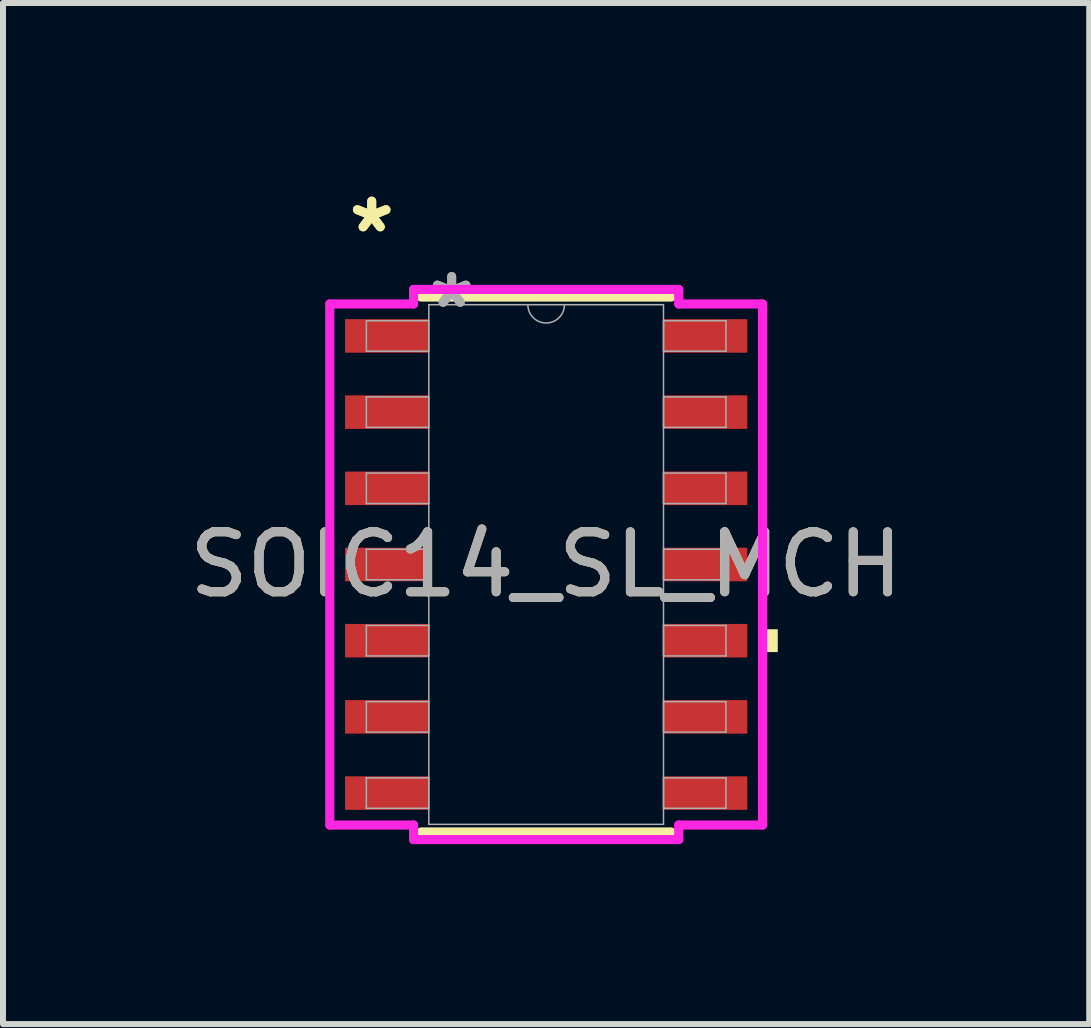
<source format=kicad_pcb>
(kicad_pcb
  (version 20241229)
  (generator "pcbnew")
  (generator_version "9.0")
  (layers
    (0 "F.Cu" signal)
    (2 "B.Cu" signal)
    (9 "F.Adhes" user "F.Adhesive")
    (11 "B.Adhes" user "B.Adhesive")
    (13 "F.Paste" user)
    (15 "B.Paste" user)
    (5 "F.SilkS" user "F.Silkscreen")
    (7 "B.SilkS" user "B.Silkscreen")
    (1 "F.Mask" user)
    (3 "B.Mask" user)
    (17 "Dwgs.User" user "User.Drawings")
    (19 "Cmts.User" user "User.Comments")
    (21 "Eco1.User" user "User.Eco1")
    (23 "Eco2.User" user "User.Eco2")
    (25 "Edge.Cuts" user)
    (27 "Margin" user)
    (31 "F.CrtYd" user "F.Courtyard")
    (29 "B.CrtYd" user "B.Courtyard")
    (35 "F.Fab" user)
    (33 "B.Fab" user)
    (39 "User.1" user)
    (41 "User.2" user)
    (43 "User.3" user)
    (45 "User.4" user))
  (footprint "SOIC14_SL_MCH"
    (layer "F.Cu")
    (at 6.054 6.36)
    (property "Reference" "SOIC14_SL_MCH" (at 0 0 0) (unlocked yes) (layer "F.SilkS") (effects (font (size 1 1) (thickness 0.15))))
    (attr smd)
    (fp_line (start -2.083 4.458) (end 2.083 4.458) (stroke (width 0.152) (type solid)) (layer "F.SilkS"))
    (fp_line (start 2.083 -4.458) (end -2.083 -4.458) (stroke (width 0.152) (type solid)) (layer "F.SilkS"))
    (fp_poly (pts (xy 3.861 1.079) (xy 3.861 1.46) (xy 3.607 1.46) (xy 3.607 1.079)) (stroke (width 0) (type solid)) (fill yes) (layer "F.SilkS"))
    (fp_line (start -3.607 -4.343) (end -2.21 -4.343) (stroke (width 0.152) (type solid)) (layer "F.CrtYd"))
    (fp_line (start -3.607 4.343) (end -3.607 -4.343) (stroke (width 0.152) (type solid)) (layer "F.CrtYd"))
    (fp_line (start -3.607 4.343) (end -2.21 4.343) (stroke (width 0.152) (type solid)) (layer "F.CrtYd"))
    (fp_line (start -2.21 -4.585) (end 2.21 -4.585) (stroke (width 0.152) (type solid)) (layer "F.CrtYd"))
    (fp_line (start -2.21 -4.343) (end -2.21 -4.585) (stroke (width 0.152) (type solid)) (layer "F.CrtYd"))
    (fp_line (start -2.21 4.585) (end -2.21 4.343) (stroke (width 0.152) (type solid)) (layer "F.CrtYd"))
    (fp_line (start 2.21 -4.585) (end 2.21 -4.343) (stroke (width 0.152) (type solid)) (layer "F.CrtYd"))
    (fp_line (start 2.21 4.343) (end 2.21 4.585) (stroke (width 0.152) (type solid)) (layer "F.CrtYd"))
    (fp_line (start 2.21 4.585) (end -2.21 4.585) (stroke (width 0.152) (type solid)) (layer "F.CrtYd"))
    (fp_line (start 3.607 -4.343) (end 2.21 -4.343) (stroke (width 0.152) (type solid)) (layer "F.CrtYd"))
    (fp_line (start 3.607 -4.343) (end 3.607 4.343) (stroke (width 0.152) (type solid)) (layer "F.CrtYd"))
    (fp_line (start 3.607 4.343) (end 2.21 4.343) (stroke (width 0.152) (type solid)) (layer "F.CrtYd"))
    (fp_line (start -2.997 -4.064) (end -2.997 -3.556) (stroke (width 0.025) (type solid)) (layer "F.Fab"))
    (fp_line (start -2.997 -3.556) (end -1.956 -3.556) (stroke (width 0.025) (type solid)) (layer "F.Fab"))
    (fp_line (start -2.997 -2.794) (end -2.997 -2.286) (stroke (width 0.025) (type solid)) (layer "F.Fab"))
    (fp_line (start -2.997 -2.286) (end -1.956 -2.286) (stroke (width 0.025) (type solid)) (layer "F.Fab"))
    (fp_line (start -2.997 -1.524) (end -2.997 -1.016) (stroke (width 0.025) (type solid)) (layer "F.Fab"))
    (fp_line (start -2.997 -1.016) (end -1.956 -1.016) (stroke (width 0.025) (type solid)) (layer "F.Fab"))
    (fp_line (start -2.997 -0.254) (end -2.997 0.254) (stroke (width 0.025) (type solid)) (layer "F.Fab"))
    (fp_line (start -2.997 0.254) (end -1.956 0.254) (stroke (width 0.025) (type solid)) (layer "F.Fab"))
    (fp_line (start -2.997 1.016) (end -2.997 1.524) (stroke (width 0.025) (type solid)) (layer "F.Fab"))
    (fp_line (start -2.997 1.524) (end -1.956 1.524) (stroke (width 0.025) (type solid)) (layer "F.Fab"))
    (fp_line (start -2.997 2.286) (end -2.997 2.794) (stroke (width 0.025) (type solid)) (layer "F.Fab"))
    (fp_line (start -2.997 2.794) (end -1.956 2.794) (stroke (width 0.025) (type solid)) (layer "F.Fab"))
    (fp_line (start -2.997 3.556) (end -2.997 4.064) (stroke (width 0.025) (type solid)) (layer "F.Fab"))
    (fp_line (start -2.997 4.064) (end -1.956 4.064) (stroke (width 0.025) (type solid)) (layer "F.Fab"))
    (fp_line (start -1.956 -4.331) (end -1.956 4.331) (stroke (width 0.025) (type solid)) (layer "F.Fab"))
    (fp_line (start -1.956 -4.064) (end -2.997 -4.064) (stroke (width 0.025) (type solid)) (layer "F.Fab"))
    (fp_line (start -1.956 -3.556) (end -1.956 -4.064) (stroke (width 0.025) (type solid)) (layer "F.Fab"))
    (fp_line (start -1.956 -2.794) (end -2.997 -2.794) (stroke (width 0.025) (type solid)) (layer "F.Fab"))
    (fp_line (start -1.956 -2.286) (end -1.956 -2.794) (stroke (width 0.025) (type solid)) (layer "F.Fab"))
    (fp_line (start -1.956 -1.524) (end -2.997 -1.524) (stroke (width 0.025) (type solid)) (layer "F.Fab"))
    (fp_line (start -1.956 -1.016) (end -1.956 -1.524) (stroke (width 0.025) (type solid)) (layer "F.Fab"))
    (fp_line (start -1.956 -0.254) (end -2.997 -0.254) (stroke (width 0.025) (type solid)) (layer "F.Fab"))
    (fp_line (start -1.956 0.254) (end -1.956 -0.254) (stroke (width 0.025) (type solid)) (layer "F.Fab"))
    (fp_line (start -1.956 1.016) (end -2.997 1.016) (stroke (width 0.025) (type solid)) (layer "F.Fab"))
    (fp_line (start -1.956 1.524) (end -1.956 1.016) (stroke (width 0.025) (type solid)) (layer "F.Fab"))
    (fp_line (start -1.956 2.286) (end -2.997 2.286) (stroke (width 0.025) (type solid)) (layer "F.Fab"))
    (fp_line (start -1.956 2.794) (end -1.956 2.286) (stroke (width 0.025) (type solid)) (layer "F.Fab"))
    (fp_line (start -1.956 3.556) (end -2.997 3.556) (stroke (width 0.025) (type solid)) (layer "F.Fab"))
    (fp_line (start -1.956 4.064) (end -1.956 3.556) (stroke (width 0.025) (type solid)) (layer "F.Fab"))
    (fp_line (start -1.956 4.331) (end 1.956 4.331) (stroke (width 0.025) (type solid)) (layer "F.Fab"))
    (fp_line (start 1.956 -4.331) (end -1.956 -4.331) (stroke (width 0.025) (type solid)) (layer "F.Fab"))
    (fp_line (start 1.956 -4.064) (end 1.956 -3.556) (stroke (width 0.025) (type solid)) (layer "F.Fab"))
    (fp_line (start 1.956 -3.556) (end 2.997 -3.556) (stroke (width 0.025) (type solid)) (layer "F.Fab"))
    (fp_line (start 1.956 -2.794) (end 1.956 -2.286) (stroke (width 0.025) (type solid)) (layer "F.Fab"))
    (fp_line (start 1.956 -2.286) (end 2.997 -2.286) (stroke (width 0.025) (type solid)) (layer "F.Fab"))
    (fp_line (start 1.956 -1.524) (end 1.956 -1.016) (stroke (width 0.025) (type solid)) (layer "F.Fab"))
    (fp_line (start 1.956 -1.016) (end 2.997 -1.016) (stroke (width 0.025) (type solid)) (layer "F.Fab"))
    (fp_line (start 1.956 -0.254) (end 1.956 0.254) (stroke (width 0.025) (type solid)) (layer "F.Fab"))
    (fp_line (start 1.956 0.254) (end 2.997 0.254) (stroke (width 0.025) (type solid)) (layer "F.Fab"))
    (fp_line (start 1.956 1.016) (end 1.956 1.524) (stroke (width 0.025) (type solid)) (layer "F.Fab"))
    (fp_line (start 1.956 1.524) (end 2.997 1.524) (stroke (width 0.025) (type solid)) (layer "F.Fab"))
    (fp_line (start 1.956 2.286) (end 1.956 2.794) (stroke (width 0.025) (type solid)) (layer "F.Fab"))
    (fp_line (start 1.956 2.794) (end 2.997 2.794) (stroke (width 0.025) (type solid)) (layer "F.Fab"))
    (fp_line (start 1.956 3.556) (end 1.956 4.064) (stroke (width 0.025) (type solid)) (layer "F.Fab"))
    (fp_line (start 1.956 4.064) (end 2.997 4.064) (stroke (width 0.025) (type solid)) (layer "F.Fab"))
    (fp_line (start 1.956 4.331) (end 1.956 -4.331) (stroke (width 0.025) (type solid)) (layer "F.Fab"))
    (fp_line (start 2.997 -4.064) (end 1.956 -4.064) (stroke (width 0.025) (type solid)) (layer "F.Fab"))
    (fp_line (start 2.997 -3.556) (end 2.997 -4.064) (stroke (width 0.025) (type solid)) (layer "F.Fab"))
    (fp_line (start 2.997 -2.794) (end 1.956 -2.794) (stroke (width 0.025) (type solid)) (layer "F.Fab"))
    (fp_line (start 2.997 -2.286) (end 2.997 -2.794) (stroke (width 0.025) (type solid)) (layer "F.Fab"))
    (fp_line (start 2.997 -1.524) (end 1.956 -1.524) (stroke (width 0.025) (type solid)) (layer "F.Fab"))
    (fp_line (start 2.997 -1.016) (end 2.997 -1.524) (stroke (width 0.025) (type solid)) (layer "F.Fab"))
    (fp_line (start 2.997 -0.254) (end 1.956 -0.254) (stroke (width 0.025) (type solid)) (layer "F.Fab"))
    (fp_line (start 2.997 0.254) (end 2.997 -0.254) (stroke (width 0.025) (type solid)) (layer "F.Fab"))
    (fp_line (start 2.997 1.016) (end 1.956 1.016) (stroke (width 0.025) (type solid)) (layer "F.Fab"))
    (fp_line (start 2.997 1.524) (end 2.997 1.016) (stroke (width 0.025) (type solid)) (layer "F.Fab"))
    (fp_line (start 2.997 2.286) (end 1.956 2.286) (stroke (width 0.025) (type solid)) (layer "F.Fab"))
    (fp_line (start 2.997 2.794) (end 2.997 2.286) (stroke (width 0.025) (type solid)) (layer "F.Fab"))
    (fp_line (start 2.997 3.556) (end 1.956 3.556) (stroke (width 0.025) (type solid)) (layer "F.Fab"))
    (fp_line (start 2.997 4.064) (end 2.997 3.556) (stroke (width 0.025) (type solid)) (layer "F.Fab"))
    (fp_arc (start 0.3048 -4.3307) (mid 0 -4.0259) (end -0.3048 -4.3307) (stroke (width 0.0254) (type solid)) (layer "F.Fab"))
    (fp_text user "*" (at -2.908 -5.512 0) (unlocked yes) (layer "F.SilkS") (effects (font (size 1 1) (thickness 0.15))))
    (fp_text user "*" (at -2.908 -5.512 0) (layer "F.SilkS") (effects (font (size 1 1) (thickness 0.15))))
    (fp_text user "*" (at -1.575 -4.255 0) (unlocked yes) (layer "F.Fab") (effects (font (size 1 1) (thickness 0.15))))
    (fp_text user "${REFERENCE}" (at 0 0 0) (unlocked yes) (layer "F.Fab") (effects (font (size 1 1) (thickness 0.15))))
    (fp_text user "*" (at -1.575 -4.255 0) (layer "F.Fab") (effects (font (size 1 1) (thickness 0.15))))
    (pad "1" smd rect (at -2.654 -3.81) (size 1.397 0.559) (layers "F.Cu" "F.Mask" "F.Paste"))
    (pad "2" smd rect (at -2.654 -2.54) (size 1.397 0.559) (layers "F.Cu" "F.Mask" "F.Paste"))
    (pad "3" smd rect (at -2.654 -1.27) (size 1.397 0.559) (layers "F.Cu" "F.Mask" "F.Paste"))
    (pad "4" smd rect (at -2.654 0) (size 1.397 0.559) (layers "F.Cu" "F.Mask" "F.Paste"))
    (pad "5" smd rect (at -2.654 1.27) (size 1.397 0.559) (layers "F.Cu" "F.Mask" "F.Paste"))
    (pad "6" smd rect (at -2.654 2.54) (size 1.397 0.559) (layers "F.Cu" "F.Mask" "F.Paste"))
    (pad "7" smd rect (at -2.654 3.81) (size 1.397 0.559) (layers "F.Cu" "F.Mask" "F.Paste"))
    (pad "8" smd rect (at 2.654 3.81) (size 1.397 0.559) (layers "F.Cu" "F.Mask" "F.Paste"))
    (pad "9" smd rect (at 2.654 2.54) (size 1.397 0.559) (layers "F.Cu" "F.Mask" "F.Paste"))
    (pad "10" smd rect (at 2.654 1.27) (size 1.397 0.559) (layers "F.Cu" "F.Mask" "F.Paste"))
    (pad "11" smd rect (at 2.654 0) (size 1.397 0.559) (layers "F.Cu" "F.Mask" "F.Paste"))
    (pad "12" smd rect (at 2.654 -1.27) (size 1.397 0.559) (layers "F.Cu" "F.Mask" "F.Paste"))
    (pad "13" smd rect (at 2.654 -2.54) (size 1.397 0.559) (layers "F.Cu" "F.Mask" "F.Paste"))
    (pad "14" smd rect (at 2.654 -3.81) (size 1.397 0.559) (layers "F.Cu" "F.Mask" "F.Paste")))
  (gr_rect
    (start -3 -3)
    (end 15.107 14.021)
    (stroke (width 0.1) (type default))
    (fill no)
    (layer "Edge.Cuts")))
</source>
